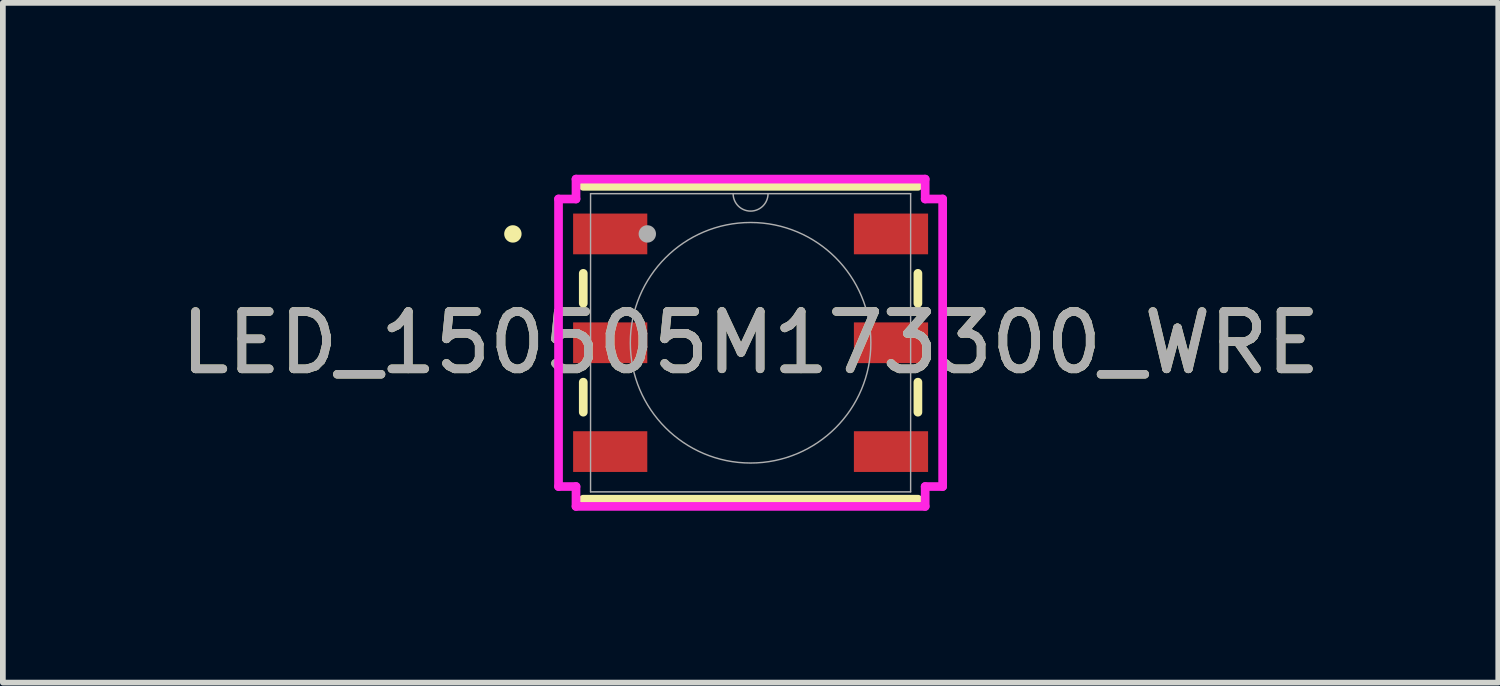
<source format=kicad_pcb>
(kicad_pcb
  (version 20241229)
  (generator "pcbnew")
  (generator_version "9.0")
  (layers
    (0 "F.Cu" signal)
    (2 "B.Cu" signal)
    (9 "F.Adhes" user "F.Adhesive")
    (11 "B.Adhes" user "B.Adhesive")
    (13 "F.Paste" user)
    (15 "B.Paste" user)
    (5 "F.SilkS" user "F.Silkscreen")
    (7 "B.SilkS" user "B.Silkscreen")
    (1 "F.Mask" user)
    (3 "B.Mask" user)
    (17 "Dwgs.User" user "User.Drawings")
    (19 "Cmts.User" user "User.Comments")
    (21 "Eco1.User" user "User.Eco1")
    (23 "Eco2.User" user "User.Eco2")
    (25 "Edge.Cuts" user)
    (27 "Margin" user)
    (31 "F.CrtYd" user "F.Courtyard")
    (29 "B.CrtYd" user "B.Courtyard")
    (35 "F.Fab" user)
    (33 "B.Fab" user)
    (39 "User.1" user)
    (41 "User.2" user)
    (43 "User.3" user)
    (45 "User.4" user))
  (footprint "LED_150505M173300_WRE"
    (layer "F.Cu")
    (at 10.054 2.934)
    (property "Reference" "LED_150505M173300_WRE" (at 0 0 0) (unlocked yes) (layer "F.SilkS") (effects (font (size 1 1) (thickness 0.15))))
    (attr smd)
    (fp_line (start -2.921 -1.212) (end -2.921 -0.688) (stroke (width 0.152) (type solid)) (layer "F.SilkS"))
    (fp_line (start -2.921 0.688) (end -2.921 1.212) (stroke (width 0.152) (type solid)) (layer "F.SilkS"))
    (fp_line (start -2.921 2.731) (end 2.921 2.731) (stroke (width 0.152) (type solid)) (layer "F.SilkS"))
    (fp_line (start 2.921 -2.731) (end -2.921 -2.731) (stroke (width 0.152) (type solid)) (layer "F.SilkS"))
    (fp_line (start 2.921 -0.688) (end 2.921 -1.212) (stroke (width 0.152) (type solid)) (layer "F.SilkS"))
    (fp_line (start 2.921 1.212) (end 2.921 0.688) (stroke (width 0.152) (type solid)) (layer "F.SilkS"))
    (fp_circle (center -4.15 -1.9) (end -4.074 -1.9) (stroke (width 0.152) (type solid)) (fill no) (layer "F.SilkS"))
    (fp_line (start -3.353 -2.51) (end -3.048 -2.51) (stroke (width 0.152) (type solid)) (layer "F.CrtYd"))
    (fp_line (start -3.353 2.51) (end -3.353 -2.51) (stroke (width 0.152) (type solid)) (layer "F.CrtYd"))
    (fp_line (start -3.353 2.51) (end -3.048 2.51) (stroke (width 0.152) (type solid)) (layer "F.CrtYd"))
    (fp_line (start -3.048 -2.857) (end 3.048 -2.857) (stroke (width 0.152) (type solid)) (layer "F.CrtYd"))
    (fp_line (start -3.048 -2.51) (end -3.048 -2.857) (stroke (width 0.152) (type solid)) (layer "F.CrtYd"))
    (fp_line (start -3.048 2.857) (end -3.048 2.51) (stroke (width 0.152) (type solid)) (layer "F.CrtYd"))
    (fp_line (start 3.048 -2.857) (end 3.048 -2.51) (stroke (width 0.152) (type solid)) (layer "F.CrtYd"))
    (fp_line (start 3.048 2.51) (end 3.048 2.857) (stroke (width 0.152) (type solid)) (layer "F.CrtYd"))
    (fp_line (start 3.048 2.857) (end -3.048 2.857) (stroke (width 0.152) (type solid)) (layer "F.CrtYd"))
    (fp_line (start 3.353 -2.51) (end 3.048 -2.51) (stroke (width 0.152) (type solid)) (layer "F.CrtYd"))
    (fp_line (start 3.353 -2.51) (end 3.353 2.51) (stroke (width 0.152) (type solid)) (layer "F.CrtYd"))
    (fp_line (start 3.353 2.51) (end 3.048 2.51) (stroke (width 0.152) (type solid)) (layer "F.CrtYd"))
    (fp_line (start -2.794 -2.603) (end -2.794 2.603) (stroke (width 0.025) (type solid)) (layer "F.Fab"))
    (fp_line (start -2.794 2.603) (end 2.794 2.603) (stroke (width 0.025) (type solid)) (layer "F.Fab"))
    (fp_line (start 2.794 -2.603) (end -2.794 -2.603) (stroke (width 0.025) (type solid)) (layer "F.Fab"))
    (fp_line (start 2.794 2.603) (end 2.794 -2.603) (stroke (width 0.025) (type solid)) (layer "F.Fab"))
    (fp_arc (start 0.3048 -2.6035) (mid 0 -2.2987) (end -0.3048 -2.6035) (stroke (width 0.0254) (type solid)) (layer "F.Fab"))
    (fp_circle (center -1.803 -1.9) (end -1.803 -1.9) (stroke (width 0.152) (type solid)) (fill no) (layer "F.Fab"))
    (fp_circle (center 0 0) (end 2.06 -0.406) (stroke (width 0.025) (type solid)) (fill no) (layer "F.Fab"))
    (fp_text user "${REFERENCE}" (at 0 0 0) (unlocked yes) (layer "F.Fab") (effects (font (size 1 1) (thickness 0.15))))
    (pad "1" smd rect (at -2.451 -1.9) (size 1.295 0.711) (layers "F.Cu" "F.Mask" "F.Paste"))
    (pad "2" smd rect (at -2.451 0) (size 1.295 0.711) (layers "F.Cu" "F.Mask" "F.Paste"))
    (pad "3" smd rect (at -2.451 1.9) (size 1.295 0.711) (layers "F.Cu" "F.Mask" "F.Paste"))
    (pad "4" smd rect (at 2.451 1.9) (size 1.295 0.711) (layers "F.Cu" "F.Mask" "F.Paste"))
    (pad "5" smd rect (at 2.451 0) (size 1.295 0.711) (layers "F.Cu" "F.Mask" "F.Paste"))
    (pad "6" smd rect (at 2.451 -1.9) (size 1.295 0.711) (layers "F.Cu" "F.Mask" "F.Paste")))
  (gr_rect
    (start -3 -3)
    (end 23.107 8.867)
    (stroke (width 0.1) (type default))
    (fill no)
    (layer "Edge.Cuts")))
</source>
